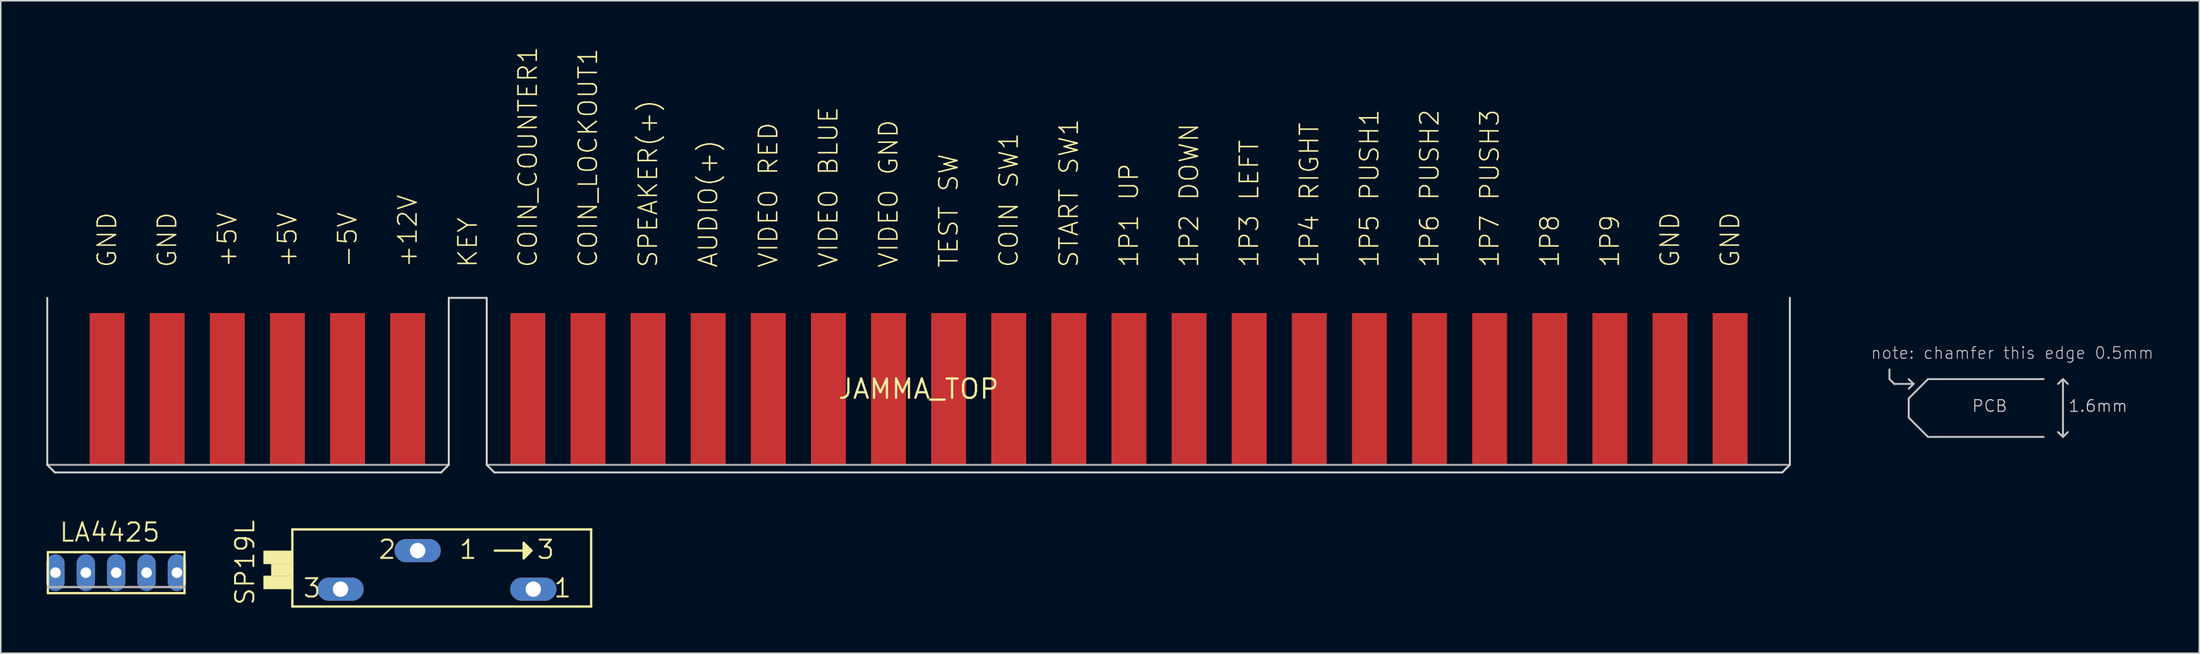
<source format=kicad_pcb>
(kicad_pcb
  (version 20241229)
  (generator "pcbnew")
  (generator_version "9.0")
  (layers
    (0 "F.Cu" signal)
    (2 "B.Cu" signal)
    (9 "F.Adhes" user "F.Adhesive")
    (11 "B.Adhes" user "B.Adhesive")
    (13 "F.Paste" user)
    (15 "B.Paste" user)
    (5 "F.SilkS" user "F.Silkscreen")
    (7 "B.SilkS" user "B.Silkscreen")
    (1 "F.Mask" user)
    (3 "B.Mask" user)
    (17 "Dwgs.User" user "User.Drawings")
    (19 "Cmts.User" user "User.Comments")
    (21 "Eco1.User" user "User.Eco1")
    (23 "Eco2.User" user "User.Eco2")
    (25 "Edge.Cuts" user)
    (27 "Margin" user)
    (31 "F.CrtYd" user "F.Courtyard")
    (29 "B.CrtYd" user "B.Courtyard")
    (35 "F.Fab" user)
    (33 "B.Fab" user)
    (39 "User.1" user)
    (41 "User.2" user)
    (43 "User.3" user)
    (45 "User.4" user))
  (footprint "JAMMA_TOP"
    (layer "F.Cu")
    (at 57.464 22.576)
    (property "Reference" "JAMMA_TOP" (at 0 0 0) (layer "F.SilkS") (effects (font (size 1.27 1.27) (thickness 0.15))))
    (attr through_hole)
    (fp_line (start 63.96 -0.65) (end 63.96 -1.285) (stroke (width 0.127) (type solid)) (layer "Dwgs.User"))
    (fp_line (start 63.96 -0.65) (end 64.278 -0.333) (stroke (width 0.127) (type solid)) (layer "Dwgs.User"))
    (fp_line (start 64.278 -0.333) (end 65.547 -0.333) (stroke (width 0.127) (type solid)) (layer "Dwgs.User"))
    (fp_line (start 65.23 0.62) (end 65.23 1.89) (stroke (width 0.127) (type solid)) (layer "Dwgs.User"))
    (fp_line (start 65.23 0.62) (end 66.5 -0.65) (stroke (width 0.127) (type solid)) (layer "Dwgs.User"))
    (fp_line (start 65.23 1.89) (end 66.5 3.16) (stroke (width 0.127) (type solid)) (layer "Dwgs.User"))
    (fp_line (start 65.547 -0.333) (end 65.23 -0.65) (stroke (width 0.127) (type solid)) (layer "Dwgs.User"))
    (fp_line (start 65.547 -0.333) (end 65.23 -0.015) (stroke (width 0.127) (type solid)) (layer "Dwgs.User"))
    (fp_line (start 66.5 -0.65) (end 74.12 -0.65) (stroke (width 0.127) (type solid)) (layer "Dwgs.User"))
    (fp_line (start 66.5 3.16) (end 74.12 3.16) (stroke (width 0.127) (type solid)) (layer "Dwgs.User"))
    (fp_line (start 75.39 -0.65) (end 75.073 -0.333) (stroke (width 0.127) (type solid)) (layer "Dwgs.User"))
    (fp_line (start 75.39 -0.65) (end 75.39 3.16) (stroke (width 0.127) (type solid)) (layer "Dwgs.User"))
    (fp_line (start 75.39 -0.65) (end 75.707 -0.333) (stroke (width 0.127) (type solid)) (layer "Dwgs.User"))
    (fp_line (start 75.39 3.16) (end 75.073 2.842) (stroke (width 0.127) (type solid)) (layer "Dwgs.User"))
    (fp_line (start 75.39 3.16) (end 75.707 2.842) (stroke (width 0.127) (type solid)) (layer "Dwgs.User"))
    (fp_line (start -57.4 -6) (end -57.4 5) (stroke (width 0.127) (type solid)) (layer "Edge.Cuts"))
    (fp_line (start -57.4 5) (end -56.9 5.5) (stroke (width 0.127) (type solid)) (layer "Edge.Cuts"))
    (fp_line (start -56.9 5.5) (end -31.45 5.5) (stroke (width 0.127) (type solid)) (layer "Edge.Cuts"))
    (fp_line (start -31.45 5.5) (end -30.95 5) (stroke (width 0.127) (type solid)) (layer "Edge.Cuts"))
    (fp_line (start -30.95 -6) (end -28.45 -6) (stroke (width 0.127) (type solid)) (layer "Edge.Cuts"))
    (fp_line (start -30.95 5) (end -30.95 -6) (stroke (width 0.127) (type solid)) (layer "Edge.Cuts"))
    (fp_line (start -28.45 5) (end -28.45 -6) (stroke (width 0.127) (type solid)) (layer "Edge.Cuts"))
    (fp_line (start -28.45 5) (end -27.95 5.5) (stroke (width 0.127) (type solid)) (layer "Edge.Cuts"))
    (fp_line (start -27.95 5.5) (end 56.9 5.5) (stroke (width 0.127) (type solid)) (layer "Edge.Cuts"))
    (fp_line (start 56.9 5.5) (end 57.4 5) (stroke (width 0.127) (type solid)) (layer "Edge.Cuts"))
    (fp_line (start 57.4 -6) (end 57.4 5) (stroke (width 0.127) (type solid)) (layer "Edge.Cuts"))
    (fp_line (start -57.4 5) (end -31 5) (stroke (width 0.127) (type solid)) (layer "F.Fab"))
    (fp_line (start -28.4 5) (end 57.4 5) (stroke (width 0.127) (type solid)) (layer "F.Fab"))
    (fp_text user "SPEAKER(+)" (at -17.82 -7.92 90) (layer "F.SilkS") (effects (font (size 1.206 1.206) (thickness 0.102)) (justify left)))
    (fp_text user "GND" (at -53.46 -7.92 90) (layer "F.SilkS") (effects (font (size 1.206 1.206) (thickness 0.102)) (justify left)))
    (fp_text user "VIDEO BLUE" (at -5.94 -7.92 90) (layer "F.SilkS") (effects (font (size 1.206 1.206) (thickness 0.102)) (justify left)))
    (fp_text user "AUDIO(+)" (at -13.86 -7.92 90) (layer "F.SilkS") (effects (font (size 1.206 1.206) (thickness 0.102)) (justify left)))
    (fp_text user "COIN_COUNTER1" (at -25.74 -7.92 90) (layer "F.SilkS") (effects (font (size 1.206 1.206) (thickness 0.102)) (justify left)))
    (fp_text user "KEY" (at -29.7 -7.92 90) (layer "F.SilkS") (effects (font (size 1.206 1.206) (thickness 0.102)) (justify left)))
    (fp_text user "1P6 PUSH2" (at 33.66 -7.92 90) (layer "F.SilkS") (effects (font (size 1.206 1.206) (thickness 0.102)) (justify left)))
    (fp_text user "1P7 PUSH3" (at 37.62 -7.92 90) (layer "F.SilkS") (effects (font (size 1.206 1.206) (thickness 0.102)) (justify left)))
    (fp_text user "COIN SW1" (at 5.94 -7.92 90) (layer "F.SilkS") (effects (font (size 1.206 1.206) (thickness 0.102)) (justify left)))
    (fp_text user "VIDEO GND" (at -1.98 -7.92 90) (layer "F.SilkS") (effects (font (size 1.206 1.206) (thickness 0.102)) (justify left)))
    (fp_text user "GND" (at -49.5 -7.92 90) (layer "F.SilkS") (effects (font (size 1.206 1.206) (thickness 0.102)) (justify left)))
    (fp_text user "GND" (at 53.46 -7.92 90) (layer "F.SilkS") (effects (font (size 1.206 1.206) (thickness 0.102)) (justify left)))
    (fp_text user "VIDEO RED" (at -9.9 -7.92 90) (layer "F.SilkS") (effects (font (size 1.206 1.206) (thickness 0.102)) (justify left)))
    (fp_text user "1P8" (at 41.58 -7.92 90) (layer "F.SilkS") (effects (font (size 1.206 1.206) (thickness 0.102)) (justify left)))
    (fp_text user "START SW1" (at 9.9 -7.92 90) (layer "F.SilkS") (effects (font (size 1.206 1.206) (thickness 0.102)) (justify left)))
    (fp_text user "+5V" (at -45.54 -7.92 90) (layer "F.SilkS") (effects (font (size 1.206 1.206) (thickness 0.102)) (justify left)))
    (fp_text user "1P9" (at 45.54 -7.92 90) (layer "F.SilkS") (effects (font (size 1.206 1.206) (thickness 0.102)) (justify left)))
    (fp_text user "-5V" (at -37.62 -7.92 90) (layer "F.SilkS") (effects (font (size 1.206 1.206) (thickness 0.102)) (justify left)))
    (fp_text user "1P3 LEFT" (at 21.78 -7.92 90) (layer "F.SilkS") (effects (font (size 1.206 1.206) (thickness 0.102)) (justify left)))
    (fp_text user "+5V" (at -41.58 -7.92 90) (layer "F.SilkS") (effects (font (size 1.206 1.206) (thickness 0.102)) (justify left)))
    (fp_text user "1P1 UP" (at 13.86 -7.92 90) (layer "F.SilkS") (effects (font (size 1.206 1.206) (thickness 0.102)) (justify left)))
    (fp_text user "1P4 RIGHT" (at 25.74 -7.92 90) (layer "F.SilkS") (effects (font (size 1.206 1.206) (thickness 0.102)) (justify left)))
    (fp_text user "+12V" (at -33.66 -7.92 90) (layer "F.SilkS") (effects (font (size 1.206 1.206) (thickness 0.102)) (justify left)))
    (fp_text user "COIN_LOCKOUT1" (at -21.78 -7.92 90) (layer "F.SilkS") (effects (font (size 1.206 1.206) (thickness 0.102)) (justify left)))
    (fp_text user "1P5 PUSH1" (at 29.7 -7.92 90) (layer "F.SilkS") (effects (font (size 1.206 1.206) (thickness 0.102)) (justify left)))
    (fp_text user "1P2 DOWN" (at 17.82 -7.92 90) (layer "F.SilkS") (effects (font (size 1.206 1.206) (thickness 0.102)) (justify left)))
    (fp_text user "GND" (at 49.5 -7.92 90) (layer "F.SilkS") (effects (font (size 1.206 1.206) (thickness 0.102)) (justify left)))
    (fp_text user "TEST SW" (at 1.98 -7.92 90) (layer "F.SilkS") (effects (font (size 1.206 1.206) (thickness 0.102)) (justify left)))
    (fp_text user "PCB" (at 69.358 1.573 0) (layer "Dwgs.User") (effects (font (size 0.772 0.772) (thickness 0.065)) (justify left bottom)))
    (fp_text user "note: chamfer this edge 0.5mm" (at 62.69 -1.92 0) (layer "Dwgs.User") (effects (font (size 0.772 0.772) (thickness 0.065)) (justify left bottom)))
    (fp_text user "1.6mm" (at 75.707 1.573 0) (layer "Dwgs.User") (effects (font (size 0.772 0.772) (thickness 0.065)) (justify left bottom)))
    (fp_text user "PCB" (at 69.358 1.573 0) (layer "F.Fab") (effects (font (size 0.772 0.772) (thickness 0.065)) (justify left bottom)))
    (fp_text user "1.6mm" (at 75.707 1.573 0) (layer "F.Fab") (effects (font (size 0.772 0.772) (thickness 0.065)) (justify left bottom)))
    (pad "1" smd rect (at -53.46 0) (size 2.3 10) (layers "F.Cu" "F.Mask" "F.Paste"))
    (pad "2" smd rect (at -49.5 0) (size 2.3 10) (layers "F.Cu" "F.Mask" "F.Paste"))
    (pad "3" smd rect (at -45.54 0) (size 2.3 10) (layers "F.Cu" "F.Mask" "F.Paste"))
    (pad "4" smd rect (at -41.58 0) (size 2.3 10) (layers "F.Cu" "F.Mask" "F.Paste"))
    (pad "5" smd rect (at -37.62 0) (size 2.3 10) (layers "F.Cu" "F.Mask" "F.Paste"))
    (pad "6" smd rect (at -33.66 0) (size 2.3 10) (layers "F.Cu" "F.Mask" "F.Paste"))
    (pad "8" smd rect (at -25.74 0) (size 2.3 10) (layers "F.Cu" "F.Mask" "F.Paste"))
    (pad "9" smd rect (at -21.78 0) (size 2.3 10) (layers "F.Cu" "F.Mask" "F.Paste"))
    (pad "10" smd rect (at -17.82 0) (size 2.3 10) (layers "F.Cu" "F.Mask" "F.Paste"))
    (pad "11" smd rect (at -13.86 0) (size 2.3 10) (layers "F.Cu" "F.Mask" "F.Paste"))
    (pad "12" smd rect (at -9.9 0) (size 2.3 10) (layers "F.Cu" "F.Mask" "F.Paste"))
    (pad "13" smd rect (at -5.94 0) (size 2.3 10) (layers "F.Cu" "F.Mask" "F.Paste"))
    (pad "14" smd rect (at -1.98 0) (size 2.3 10) (layers "F.Cu" "F.Mask" "F.Paste"))
    (pad "15" smd rect (at 1.98 0) (size 2.3 10) (layers "F.Cu" "F.Mask" "F.Paste"))
    (pad "16" smd rect (at 5.94 0) (size 2.3 10) (layers "F.Cu" "F.Mask" "F.Paste"))
    (pad "17" smd rect (at 9.9 0) (size 2.3 10) (layers "F.Cu" "F.Mask" "F.Paste"))
    (pad "18" smd rect (at 13.86 0) (size 2.3 10) (layers "F.Cu" "F.Mask" "F.Paste"))
    (pad "19" smd rect (at 17.82 0) (size 2.3 10) (layers "F.Cu" "F.Mask" "F.Paste"))
    (pad "20" smd rect (at 21.78 0) (size 2.3 10) (layers "F.Cu" "F.Mask" "F.Paste"))
    (pad "21" smd rect (at 25.74 0) (size 2.3 10) (layers "F.Cu" "F.Mask" "F.Paste"))
    (pad "22" smd rect (at 29.7 0) (size 2.3 10) (layers "F.Cu" "F.Mask" "F.Paste"))
    (pad "23" smd rect (at 33.66 0) (size 2.3 10) (layers "F.Cu" "F.Mask" "F.Paste"))
    (pad "24" smd rect (at 37.62 0) (size 2.3 10) (layers "F.Cu" "F.Mask" "F.Paste"))
    (pad "25" smd rect (at 41.58 0) (size 2.3 10) (layers "F.Cu" "F.Mask" "F.Paste"))
    (pad "26" smd rect (at 45.54 0) (size 2.3 10) (layers "F.Cu" "F.Mask" "F.Paste"))
    (pad "27" smd rect (at 49.5 0) (size 2.3 10) (layers "F.Cu" "F.Mask" "F.Paste"))
    (pad "28" smd rect (at 53.46 0) (size 2.3 10) (layers "F.Cu" "F.Mask" "F.Paste")))
  (footprint "SP19L"
    (layer "F.Cu")
    (at 26.369 34.497)
    (property "Reference" "SP19L" (at -12.573 2.413 90) (layer "F.SilkS") (effects (font (size 1.206 1.206) (thickness 0.127)) (justify left bottom)))
    (attr through_hole)
    (fp_line (start -10.16 -2.667) (end -10.16 2.413) (stroke (width 0.152) (type solid)) (layer "F.SilkS"))
    (fp_line (start -10.16 2.413) (end 9.525 2.413) (stroke (width 0.152) (type solid)) (layer "F.SilkS"))
    (fp_line (start 3.175 -1.27) (end 5.207 -1.27) (stroke (width 0.152) (type solid)) (layer "F.SilkS"))
    (fp_line (start 5.08 -1.778) (end 5.08 -0.762) (stroke (width 0.152) (type solid)) (layer "F.SilkS"))
    (fp_line (start 5.08 -0.762) (end 5.207 -0.889) (stroke (width 0.152) (type solid)) (layer "F.SilkS"))
    (fp_line (start 5.207 -1.651) (end 5.08 -1.778) (stroke (width 0.152) (type solid)) (layer "F.SilkS"))
    (fp_line (start 5.207 -1.27) (end 5.207 -1.651) (stroke (width 0.152) (type solid)) (layer "F.SilkS"))
    (fp_line (start 5.207 -0.889) (end 5.207 -1.27) (stroke (width 0.152) (type solid)) (layer "F.SilkS"))
    (fp_line (start 5.334 -1.524) (end 5.207 -1.651) (stroke (width 0.152) (type solid)) (layer "F.SilkS"))
    (fp_line (start 5.334 -1.016) (end 5.207 -0.889) (stroke (width 0.152) (type solid)) (layer "F.SilkS"))
    (fp_line (start 5.334 -1.016) (end 5.334 -1.524) (stroke (width 0.152) (type solid)) (layer "F.SilkS"))
    (fp_line (start 5.461 -1.397) (end 5.334 -1.524) (stroke (width 0.152) (type solid)) (layer "F.SilkS"))
    (fp_line (start 5.461 -1.143) (end 5.334 -1.016) (stroke (width 0.152) (type solid)) (layer "F.SilkS"))
    (fp_line (start 5.461 -1.143) (end 5.461 -1.397) (stroke (width 0.152) (type solid)) (layer "F.SilkS"))
    (fp_line (start 5.588 -1.27) (end 5.207 -1.27) (stroke (width 0.152) (type solid)) (layer "F.SilkS"))
    (fp_line (start 5.588 -1.27) (end 5.461 -1.397) (stroke (width 0.152) (type solid)) (layer "F.SilkS"))
    (fp_line (start 5.588 -1.27) (end 5.461 -1.143) (stroke (width 0.152) (type solid)) (layer "F.SilkS"))
    (fp_line (start 9.525 -2.667) (end -10.16 -2.667) (stroke (width 0.152) (type solid)) (layer "F.SilkS"))
    (fp_line (start 9.525 2.413) (end 9.525 -2.667) (stroke (width 0.152) (type solid)) (layer "F.SilkS"))
    (fp_poly (pts (xy -12.065 -0.381) (xy -10.16 -0.381) (xy -10.16 -1.27) (xy -12.065 -1.27)) (stroke (width 0) (type solid)) (fill yes) (layer "F.SilkS"))
    (fp_poly (pts (xy -12.065 1.27) (xy -10.16 1.27) (xy -10.16 0.381) (xy -12.065 0.381)) (stroke (width 0) (type solid)) (fill yes) (layer "F.SilkS"))
    (fp_poly (pts (xy -11.557 0.381) (xy -10.16 0.381) (xy -10.16 -0.381) (xy -11.557 -0.381)) (stroke (width 0) (type solid)) (fill yes) (layer "F.SilkS"))
    (fp_text user "1 " (at 0.762 -0.635 0) (layer "F.SilkS") (effects (font (size 1.206 1.206) (thickness 0.127)) (justify left bottom)))
    (fp_text user " 3 " (at 4.953 -0.635 0) (layer "F.SilkS") (effects (font (size 1.206 1.206) (thickness 0.127)) (justify left bottom)))
    (fp_text user "3" (at -9.525 1.905 0) (layer "F.SilkS") (effects (font (size 1.206 1.206) (thickness 0.127)) (justify left bottom)))
    (fp_text user "1" (at 6.985 1.905 0) (layer "F.SilkS") (effects (font (size 1.206 1.206) (thickness 0.127)) (justify left bottom)))
    (fp_text user "2" (at -4.572 -0.635 0) (layer "F.SilkS") (effects (font (size 1.206 1.206) (thickness 0.127)) (justify left bottom)))
    (pad "A" thru_hole oval (at 5.715 1.27) (size 3.048 1.524) (drill 1.016) (layers "*.Cu" "*.Mask"))
    (pad "E" thru_hole oval (at -6.985 1.27) (size 3.048 1.524) (drill 1.016) (layers "*.Cu" "*.Mask"))
    (pad "S" thru_hole oval (at -1.905 -1.27) (size 3.048 1.524) (drill 1.016) (layers "*.Cu" "*.Mask")))
  (footprint "LA4425"
    (layer "F.Cu")
    (at 4.604 34.678)
    (property "Reference" "LA4425" (at -3.81 -1.951 0) (layer "F.SilkS") (effects (font (size 1.206 1.206) (thickness 0.127)) (justify left bottom)))
    (attr through_hole)
    (fp_line (start -4.5 -1.35) (end 4.5 -1.35) (stroke (width 0.152) (type solid)) (layer "F.SilkS"))
    (fp_line (start -4.5 1.35) (end -4.5 -1.35) (stroke (width 0.152) (type solid)) (layer "F.SilkS"))
    (fp_line (start -4.5 1.35) (end 4.5 1.35) (stroke (width 0.152) (type solid)) (layer "F.SilkS"))
    (fp_line (start 4.5 1.35) (end 4.5 -1.35) (stroke (width 0.152) (type solid)) (layer "F.SilkS"))
    (fp_line (start -4.5 0.95) (end 4.5 0.95) (stroke (width 0.152) (type solid)) (layer "F.Fab"))
    (pad "1" thru_hole oval (at -4 0 90) (size 2.416 1.208) (drill 0.7) (layers "*.Cu" "*.Mask"))
    (pad "2" thru_hole oval (at -2 0 90) (size 2.416 1.208) (drill 0.7) (layers "*.Cu" "*.Mask"))
    (pad "3" thru_hole oval (at 0 0 90) (size 2.416 1.208) (drill 0.7) (layers "*.Cu" "*.Mask"))
    (pad "4" thru_hole oval (at 2 0 90) (size 2.416 1.208) (drill 0.7) (layers "*.Cu" "*.Mask"))
    (pad "5" thru_hole oval (at 4 0 90) (size 2.416 1.208) (drill 0.7) (layers "*.Cu" "*.Mask")))
  (gr_rect
    (start -3 -3)
    (end 141.836 39.986)
    (stroke (width 0.1) (type default))
    (fill no)
    (layer "Edge.Cuts")))
</source>
